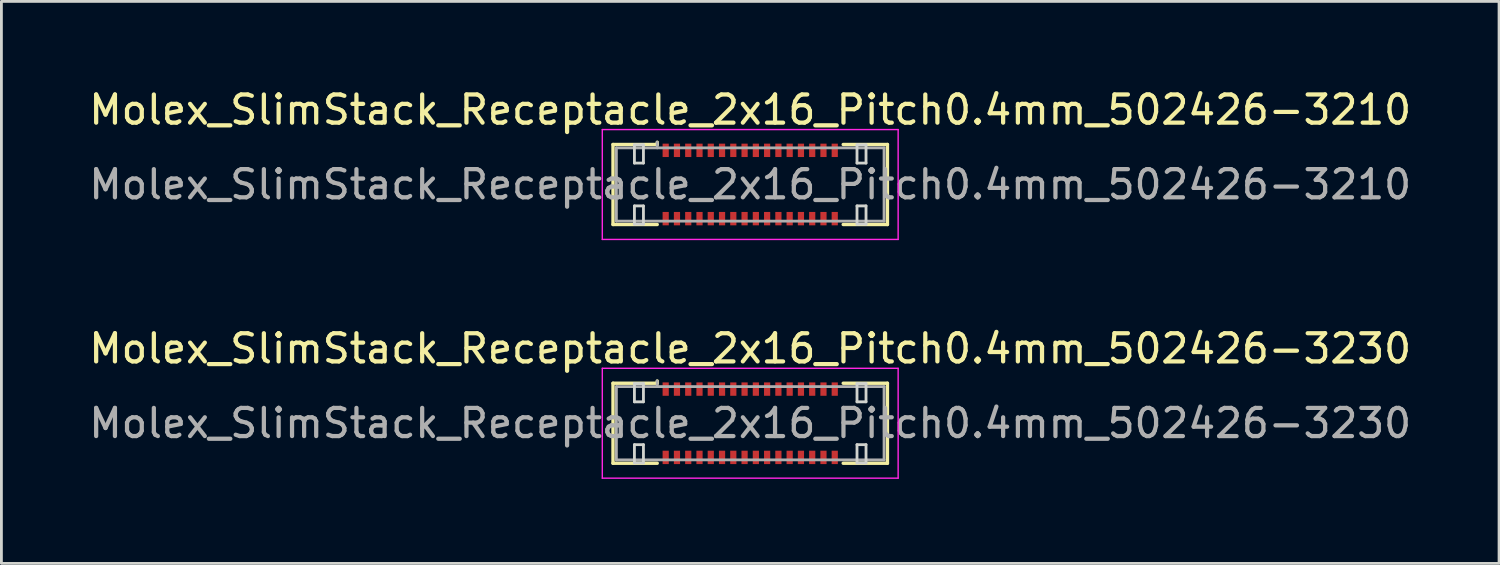
<source format=kicad_pcb>
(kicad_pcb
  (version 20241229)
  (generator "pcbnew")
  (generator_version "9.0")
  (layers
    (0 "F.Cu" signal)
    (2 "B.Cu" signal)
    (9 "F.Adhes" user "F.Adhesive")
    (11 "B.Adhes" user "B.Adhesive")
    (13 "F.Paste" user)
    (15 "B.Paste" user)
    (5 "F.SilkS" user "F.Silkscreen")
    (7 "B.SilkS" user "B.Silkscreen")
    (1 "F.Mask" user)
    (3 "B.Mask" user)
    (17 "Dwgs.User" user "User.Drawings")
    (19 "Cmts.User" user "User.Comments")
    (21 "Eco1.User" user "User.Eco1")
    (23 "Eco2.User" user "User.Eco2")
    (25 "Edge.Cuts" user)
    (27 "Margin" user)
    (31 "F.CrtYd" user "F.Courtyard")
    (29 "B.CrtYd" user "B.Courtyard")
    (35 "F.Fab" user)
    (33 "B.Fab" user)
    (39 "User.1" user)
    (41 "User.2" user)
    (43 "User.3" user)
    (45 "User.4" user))
  (footprint "Molex_SlimStack_Receptacle_2x16_Pitch0.4mm_502426-3230"
    (layer "F.Cu")
    (at 23.577 11.972)
    (property "Reference" "Molex_SlimStack_Receptacle_2x16_Pitch0.4mm_502426-3230" (at 0 -2.65 0) (layer "F.SilkS") (effects (font (size 1 1) (thickness 0.15))))
    (attr smd)
    (fp_line (start -4.87 -1.42) (end -3.3 -1.42) (stroke (width 0.12) (type solid)) (layer "F.SilkS"))
    (fp_line (start -4.87 1.42) (end -4.87 -1.42) (stroke (width 0.12) (type solid)) (layer "F.SilkS"))
    (fp_line (start -3.3 -1.42) (end -3.3 -1.5) (stroke (width 0.12) (type solid)) (layer "F.SilkS"))
    (fp_line (start -3.3 1.42) (end -4.87 1.42) (stroke (width 0.12) (type solid)) (layer "F.SilkS"))
    (fp_line (start 3.3 1.42) (end 4.87 1.42) (stroke (width 0.12) (type solid)) (layer "F.SilkS"))
    (fp_line (start 4.87 -1.42) (end 3.3 -1.42) (stroke (width 0.12) (type solid)) (layer "F.SilkS"))
    (fp_line (start 4.87 1.42) (end 4.87 -1.42) (stroke (width 0.12) (type solid)) (layer "F.SilkS"))
    (fp_line (start -4.11 -1.41) (end -4.11 -0.76) (stroke (width 0.1) (type solid)) (layer "Edge.Cuts"))
    (fp_line (start -4.11 -0.76) (end -3.79 -0.76) (stroke (width 0.1) (type solid)) (layer "Edge.Cuts"))
    (fp_line (start -4.11 0.76) (end -4.11 1.41) (stroke (width 0.1) (type solid)) (layer "Edge.Cuts"))
    (fp_line (start -4.11 1.41) (end -3.79 1.41) (stroke (width 0.1) (type solid)) (layer "Edge.Cuts"))
    (fp_line (start -3.79 -1.41) (end -4.11 -1.41) (stroke (width 0.1) (type solid)) (layer "Edge.Cuts"))
    (fp_line (start -3.79 -0.76) (end -3.79 -1.41) (stroke (width 0.1) (type solid)) (layer "Edge.Cuts"))
    (fp_line (start -3.79 0.76) (end -4.11 0.76) (stroke (width 0.1) (type solid)) (layer "Edge.Cuts"))
    (fp_line (start -3.79 1.41) (end -3.79 0.76) (stroke (width 0.1) (type solid)) (layer "Edge.Cuts"))
    (fp_line (start 3.79 -1.41) (end 3.79 -0.76) (stroke (width 0.1) (type solid)) (layer "Edge.Cuts"))
    (fp_line (start 3.79 -0.76) (end 4.11 -0.76) (stroke (width 0.1) (type solid)) (layer "Edge.Cuts"))
    (fp_line (start 3.79 0.76) (end 3.79 1.41) (stroke (width 0.1) (type solid)) (layer "Edge.Cuts"))
    (fp_line (start 3.79 1.41) (end 4.11 1.41) (stroke (width 0.1) (type solid)) (layer "Edge.Cuts"))
    (fp_line (start 4.11 -1.41) (end 3.79 -1.41) (stroke (width 0.1) (type solid)) (layer "Edge.Cuts"))
    (fp_line (start 4.11 -0.76) (end 4.11 -1.41) (stroke (width 0.1) (type solid)) (layer "Edge.Cuts"))
    (fp_line (start 4.11 0.76) (end 3.79 0.76) (stroke (width 0.1) (type solid)) (layer "Edge.Cuts"))
    (fp_line (start 4.11 1.41) (end 4.11 0.76) (stroke (width 0.1) (type solid)) (layer "Edge.Cuts"))
    (fp_line (start -5.25 -1.95) (end -5.25 1.95) (stroke (width 0.05) (type solid)) (layer "F.CrtYd"))
    (fp_line (start -5.25 1.95) (end 5.25 1.95) (stroke (width 0.05) (type solid)) (layer "F.CrtYd"))
    (fp_line (start 5.25 -1.95) (end -5.25 -1.95) (stroke (width 0.05) (type solid)) (layer "F.CrtYd"))
    (fp_line (start 5.25 1.95) (end 5.25 -1.95) (stroke (width 0.05) (type solid)) (layer "F.CrtYd"))
    (fp_line (start -4.75 -1.3) (end -4.75 1.3) (stroke (width 0.1) (type solid)) (layer "F.Fab"))
    (fp_line (start -4.75 1.3) (end 4.75 1.3) (stroke (width 0.1) (type solid)) (layer "F.Fab"))
    (fp_line (start -3.3 -1.3) (end -3.3 -1.5) (stroke (width 0.1) (type solid)) (layer "F.Fab"))
    (fp_line (start 4.75 -1.3) (end -4.75 -1.3) (stroke (width 0.1) (type solid)) (layer "F.Fab"))
    (fp_line (start 4.75 1.3) (end 4.75 -1.3) (stroke (width 0.1) (type solid)) (layer "F.Fab"))
    (fp_text user "${REFERENCE}" (at 0 0 0) (layer "F.Fab") (effects (font (size 1 1) (thickness 0.15))))
    (pad "1" smd rect (at -3 -1.212) (size 0.22 0.475) (layers "F.Cu" "F.Mask" "F.Paste"))
    (pad "2" smd rect (at -3 1.212) (size 0.22 0.475) (layers "F.Cu" "F.Mask" "F.Paste"))
    (pad "3" smd rect (at -2.6 -1.212) (size 0.22 0.475) (layers "F.Cu" "F.Mask" "F.Paste"))
    (pad "4" smd rect (at -2.6 1.212) (size 0.22 0.475) (layers "F.Cu" "F.Mask" "F.Paste"))
    (pad "5" smd rect (at -2.2 -1.212) (size 0.22 0.475) (layers "F.Cu" "F.Mask" "F.Paste"))
    (pad "6" smd rect (at -2.2 1.212) (size 0.22 0.475) (layers "F.Cu" "F.Mask" "F.Paste"))
    (pad "7" smd rect (at -1.8 -1.212) (size 0.22 0.475) (layers "F.Cu" "F.Mask" "F.Paste"))
    (pad "8" smd rect (at -1.8 1.212) (size 0.22 0.475) (layers "F.Cu" "F.Mask" "F.Paste"))
    (pad "9" smd rect (at -1.4 -1.212) (size 0.22 0.475) (layers "F.Cu" "F.Mask" "F.Paste"))
    (pad "10" smd rect (at -1.4 1.212) (size 0.22 0.475) (layers "F.Cu" "F.Mask" "F.Paste"))
    (pad "11" smd rect (at -1 -1.212) (size 0.22 0.475) (layers "F.Cu" "F.Mask" "F.Paste"))
    (pad "12" smd rect (at -1 1.212) (size 0.22 0.475) (layers "F.Cu" "F.Mask" "F.Paste"))
    (pad "13" smd rect (at -0.6 -1.212) (size 0.22 0.475) (layers "F.Cu" "F.Mask" "F.Paste"))
    (pad "14" smd rect (at -0.6 1.212) (size 0.22 0.475) (layers "F.Cu" "F.Mask" "F.Paste"))
    (pad "15" smd rect (at -0.2 -1.212) (size 0.22 0.475) (layers "F.Cu" "F.Mask" "F.Paste"))
    (pad "16" smd rect (at -0.2 1.212) (size 0.22 0.475) (layers "F.Cu" "F.Mask" "F.Paste"))
    (pad "17" smd rect (at 0.2 -1.212) (size 0.22 0.475) (layers "F.Cu" "F.Mask" "F.Paste"))
    (pad "18" smd rect (at 0.2 1.212) (size 0.22 0.475) (layers "F.Cu" "F.Mask" "F.Paste"))
    (pad "19" smd rect (at 0.6 -1.212) (size 0.22 0.475) (layers "F.Cu" "F.Mask" "F.Paste"))
    (pad "20" smd rect (at 0.6 1.212) (size 0.22 0.475) (layers "F.Cu" "F.Mask" "F.Paste"))
    (pad "21" smd rect (at 1 -1.212) (size 0.22 0.475) (layers "F.Cu" "F.Mask" "F.Paste"))
    (pad "22" smd rect (at 1 1.212) (size 0.22 0.475) (layers "F.Cu" "F.Mask" "F.Paste"))
    (pad "23" smd rect (at 1.4 -1.212) (size 0.22 0.475) (layers "F.Cu" "F.Mask" "F.Paste"))
    (pad "24" smd rect (at 1.4 1.212) (size 0.22 0.475) (layers "F.Cu" "F.Mask" "F.Paste"))
    (pad "25" smd rect (at 1.8 -1.212) (size 0.22 0.475) (layers "F.Cu" "F.Mask" "F.Paste"))
    (pad "26" smd rect (at 1.8 1.212) (size 0.22 0.475) (layers "F.Cu" "F.Mask" "F.Paste"))
    (pad "27" smd rect (at 2.2 -1.212) (size 0.22 0.475) (layers "F.Cu" "F.Mask" "F.Paste"))
    (pad "28" smd rect (at 2.2 1.212) (size 0.22 0.475) (layers "F.Cu" "F.Mask" "F.Paste"))
    (pad "29" smd rect (at 2.6 -1.212) (size 0.22 0.475) (layers "F.Cu" "F.Mask" "F.Paste"))
    (pad "30" smd rect (at 2.6 1.212) (size 0.22 0.475) (layers "F.Cu" "F.Mask" "F.Paste"))
    (pad "31" smd rect (at 3 -1.212) (size 0.22 0.475) (layers "F.Cu" "F.Mask" "F.Paste"))
    (pad "32" smd rect (at 3 1.212) (size 0.22 0.475) (layers "F.Cu" "F.Mask" "F.Paste")))
  (footprint "Molex_SlimStack_Receptacle_2x16_Pitch0.4mm_502426-3210"
    (layer "F.Cu")
    (at 23.577 3.498)
    (property "Reference" "Molex_SlimStack_Receptacle_2x16_Pitch0.4mm_502426-3210" (at 0 -2.65 0) (layer "F.SilkS") (effects (font (size 1 1) (thickness 0.15))))
    (attr smd)
    (fp_line (start -4.87 -1.42) (end -3.3 -1.42) (stroke (width 0.12) (type solid)) (layer "F.SilkS"))
    (fp_line (start -4.87 1.42) (end -4.87 -1.42) (stroke (width 0.12) (type solid)) (layer "F.SilkS"))
    (fp_line (start -3.3 -1.42) (end -3.3 -1.5) (stroke (width 0.12) (type solid)) (layer "F.SilkS"))
    (fp_line (start -3.3 1.42) (end -4.87 1.42) (stroke (width 0.12) (type solid)) (layer "F.SilkS"))
    (fp_line (start 3.3 1.42) (end 4.87 1.42) (stroke (width 0.12) (type solid)) (layer "F.SilkS"))
    (fp_line (start 4.87 -1.42) (end 3.3 -1.42) (stroke (width 0.12) (type solid)) (layer "F.SilkS"))
    (fp_line (start 4.87 1.42) (end 4.87 -1.42) (stroke (width 0.12) (type solid)) (layer "F.SilkS"))
    (fp_line (start -4.11 -1.41) (end -4.11 -0.76) (stroke (width 0.1) (type solid)) (layer "Edge.Cuts"))
    (fp_line (start -4.11 -0.76) (end -3.79 -0.76) (stroke (width 0.1) (type solid)) (layer "Edge.Cuts"))
    (fp_line (start -4.11 0.76) (end -4.11 1.41) (stroke (width 0.1) (type solid)) (layer "Edge.Cuts"))
    (fp_line (start -4.11 1.41) (end -3.79 1.41) (stroke (width 0.1) (type solid)) (layer "Edge.Cuts"))
    (fp_line (start -3.79 -1.41) (end -4.11 -1.41) (stroke (width 0.1) (type solid)) (layer "Edge.Cuts"))
    (fp_line (start -3.79 -0.76) (end -3.79 -1.41) (stroke (width 0.1) (type solid)) (layer "Edge.Cuts"))
    (fp_line (start -3.79 0.76) (end -4.11 0.76) (stroke (width 0.1) (type solid)) (layer "Edge.Cuts"))
    (fp_line (start -3.79 1.41) (end -3.79 0.76) (stroke (width 0.1) (type solid)) (layer "Edge.Cuts"))
    (fp_line (start 3.79 -1.41) (end 3.79 -0.76) (stroke (width 0.1) (type solid)) (layer "Edge.Cuts"))
    (fp_line (start 3.79 -0.76) (end 4.11 -0.76) (stroke (width 0.1) (type solid)) (layer "Edge.Cuts"))
    (fp_line (start 3.79 0.76) (end 3.79 1.41) (stroke (width 0.1) (type solid)) (layer "Edge.Cuts"))
    (fp_line (start 3.79 1.41) (end 4.11 1.41) (stroke (width 0.1) (type solid)) (layer "Edge.Cuts"))
    (fp_line (start 4.11 -1.41) (end 3.79 -1.41) (stroke (width 0.1) (type solid)) (layer "Edge.Cuts"))
    (fp_line (start 4.11 -0.76) (end 4.11 -1.41) (stroke (width 0.1) (type solid)) (layer "Edge.Cuts"))
    (fp_line (start 4.11 0.76) (end 3.79 0.76) (stroke (width 0.1) (type solid)) (layer "Edge.Cuts"))
    (fp_line (start 4.11 1.41) (end 4.11 0.76) (stroke (width 0.1) (type solid)) (layer "Edge.Cuts"))
    (fp_line (start -5.25 -1.95) (end -5.25 1.95) (stroke (width 0.05) (type solid)) (layer "F.CrtYd"))
    (fp_line (start -5.25 1.95) (end 5.25 1.95) (stroke (width 0.05) (type solid)) (layer "F.CrtYd"))
    (fp_line (start 5.25 -1.95) (end -5.25 -1.95) (stroke (width 0.05) (type solid)) (layer "F.CrtYd"))
    (fp_line (start 5.25 1.95) (end 5.25 -1.95) (stroke (width 0.05) (type solid)) (layer "F.CrtYd"))
    (fp_line (start -4.75 -1.3) (end -4.75 1.3) (stroke (width 0.1) (type solid)) (layer "F.Fab"))
    (fp_line (start -4.75 1.3) (end 4.75 1.3) (stroke (width 0.1) (type solid)) (layer "F.Fab"))
    (fp_line (start -3.3 -1.3) (end -3.3 -1.5) (stroke (width 0.1) (type solid)) (layer "F.Fab"))
    (fp_line (start 4.75 -1.3) (end -4.75 -1.3) (stroke (width 0.1) (type solid)) (layer "F.Fab"))
    (fp_line (start 4.75 1.3) (end 4.75 -1.3) (stroke (width 0.1) (type solid)) (layer "F.Fab"))
    (fp_text user "${REFERENCE}" (at 0 0 0) (layer "F.Fab") (effects (font (size 1 1) (thickness 0.15))))
    (pad "1" smd rect (at -3 -1.212) (size 0.22 0.475) (layers "F.Cu" "F.Mask" "F.Paste"))
    (pad "2" smd rect (at -3 1.212) (size 0.22 0.475) (layers "F.Cu" "F.Mask" "F.Paste"))
    (pad "3" smd rect (at -2.6 -1.212) (size 0.22 0.475) (layers "F.Cu" "F.Mask" "F.Paste"))
    (pad "4" smd rect (at -2.6 1.212) (size 0.22 0.475) (layers "F.Cu" "F.Mask" "F.Paste"))
    (pad "5" smd rect (at -2.2 -1.212) (size 0.22 0.475) (layers "F.Cu" "F.Mask" "F.Paste"))
    (pad "6" smd rect (at -2.2 1.212) (size 0.22 0.475) (layers "F.Cu" "F.Mask" "F.Paste"))
    (pad "7" smd rect (at -1.8 -1.212) (size 0.22 0.475) (layers "F.Cu" "F.Mask" "F.Paste"))
    (pad "8" smd rect (at -1.8 1.212) (size 0.22 0.475) (layers "F.Cu" "F.Mask" "F.Paste"))
    (pad "9" smd rect (at -1.4 -1.212) (size 0.22 0.475) (layers "F.Cu" "F.Mask" "F.Paste"))
    (pad "10" smd rect (at -1.4 1.212) (size 0.22 0.475) (layers "F.Cu" "F.Mask" "F.Paste"))
    (pad "11" smd rect (at -1 -1.212) (size 0.22 0.475) (layers "F.Cu" "F.Mask" "F.Paste"))
    (pad "12" smd rect (at -1 1.212) (size 0.22 0.475) (layers "F.Cu" "F.Mask" "F.Paste"))
    (pad "13" smd rect (at -0.6 -1.212) (size 0.22 0.475) (layers "F.Cu" "F.Mask" "F.Paste"))
    (pad "14" smd rect (at -0.6 1.212) (size 0.22 0.475) (layers "F.Cu" "F.Mask" "F.Paste"))
    (pad "15" smd rect (at -0.2 -1.212) (size 0.22 0.475) (layers "F.Cu" "F.Mask" "F.Paste"))
    (pad "16" smd rect (at -0.2 1.212) (size 0.22 0.475) (layers "F.Cu" "F.Mask" "F.Paste"))
    (pad "17" smd rect (at 0.2 -1.212) (size 0.22 0.475) (layers "F.Cu" "F.Mask" "F.Paste"))
    (pad "18" smd rect (at 0.2 1.212) (size 0.22 0.475) (layers "F.Cu" "F.Mask" "F.Paste"))
    (pad "19" smd rect (at 0.6 -1.212) (size 0.22 0.475) (layers "F.Cu" "F.Mask" "F.Paste"))
    (pad "20" smd rect (at 0.6 1.212) (size 0.22 0.475) (layers "F.Cu" "F.Mask" "F.Paste"))
    (pad "21" smd rect (at 1 -1.212) (size 0.22 0.475) (layers "F.Cu" "F.Mask" "F.Paste"))
    (pad "22" smd rect (at 1 1.212) (size 0.22 0.475) (layers "F.Cu" "F.Mask" "F.Paste"))
    (pad "23" smd rect (at 1.4 -1.212) (size 0.22 0.475) (layers "F.Cu" "F.Mask" "F.Paste"))
    (pad "24" smd rect (at 1.4 1.212) (size 0.22 0.475) (layers "F.Cu" "F.Mask" "F.Paste"))
    (pad "25" smd rect (at 1.8 -1.212) (size 0.22 0.475) (layers "F.Cu" "F.Mask" "F.Paste"))
    (pad "26" smd rect (at 1.8 1.212) (size 0.22 0.475) (layers "F.Cu" "F.Mask" "F.Paste"))
    (pad "27" smd rect (at 2.2 -1.212) (size 0.22 0.475) (layers "F.Cu" "F.Mask" "F.Paste"))
    (pad "28" smd rect (at 2.2 1.212) (size 0.22 0.475) (layers "F.Cu" "F.Mask" "F.Paste"))
    (pad "29" smd rect (at 2.6 -1.212) (size 0.22 0.475) (layers "F.Cu" "F.Mask" "F.Paste"))
    (pad "30" smd rect (at 2.6 1.212) (size 0.22 0.475) (layers "F.Cu" "F.Mask" "F.Paste"))
    (pad "31" smd rect (at 3 -1.212) (size 0.22 0.475) (layers "F.Cu" "F.Mask" "F.Paste"))
    (pad "32" smd rect (at 3 1.212) (size 0.22 0.475) (layers "F.Cu" "F.Mask" "F.Paste")))
  (gr_rect
    (start -3 -3)
    (end 50.155 16.947)
    (stroke (width 0.1) (type default))
    (fill no)
    (layer "Edge.Cuts")))
</source>
